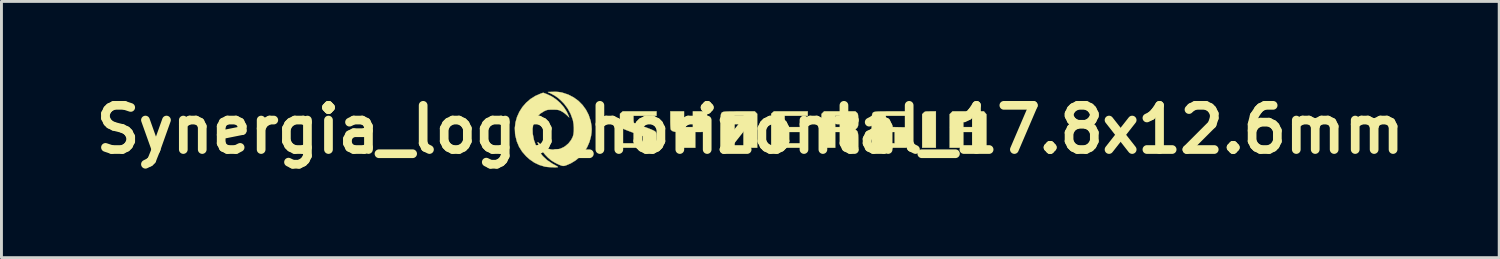
<source format=kicad_pcb>
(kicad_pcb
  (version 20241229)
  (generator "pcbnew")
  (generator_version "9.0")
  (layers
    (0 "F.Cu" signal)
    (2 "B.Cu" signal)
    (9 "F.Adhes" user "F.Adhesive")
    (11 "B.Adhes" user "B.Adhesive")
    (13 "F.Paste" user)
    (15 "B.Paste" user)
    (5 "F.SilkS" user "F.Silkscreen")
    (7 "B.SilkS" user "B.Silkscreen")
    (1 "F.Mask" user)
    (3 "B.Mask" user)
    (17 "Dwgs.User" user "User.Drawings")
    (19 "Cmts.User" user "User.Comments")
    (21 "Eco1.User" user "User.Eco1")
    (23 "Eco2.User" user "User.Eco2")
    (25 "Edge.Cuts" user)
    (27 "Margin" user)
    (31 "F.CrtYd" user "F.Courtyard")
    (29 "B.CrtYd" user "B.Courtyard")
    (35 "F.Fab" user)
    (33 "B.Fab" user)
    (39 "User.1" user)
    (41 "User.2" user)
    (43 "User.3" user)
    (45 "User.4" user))
  (footprint "Synergia_logo_horizontal_17.8x12.6mm"
    (layer "F.Cu")
    (at 22.831 1.418)
    (property "Reference" "Synergia_logo_horizontal_17.8x12.6mm" (at 0 0 0) (layer "F.SilkS") (effects (font (size 1.524 1.524) (thickness 0.3))))
    (attr through_hole)
    (fp_poly (pts (xy 6.401 0.627) (xy 5.927 0.627) (xy 5.927 -0.528) (xy 5.976 -0.577) (xy 5.999 -0.599) (xy 6.021 -0.613) (xy 6.049 -0.621) (xy 6.092 -0.625) (xy 6.155 -0.626) (xy 6.213 -0.627) (xy 6.401 -0.627) (xy 6.401 0.627)) (stroke (width 0.01) (type solid)) (fill yes) (layer "F.SilkS"))
    (fp_poly (pts (xy 1.981 -0.474) (xy 1.185 -0.474) (xy 1.185 -0.085) (xy 1.727 -0.085) (xy 1.727 0.085) (xy 1.185 0.085) (xy 1.185 0.474) (xy 1.981 0.474) (xy 1.981 0.627) (xy 0.815 0.627) (xy 0.767 0.586) (xy 0.72 0.545) (xy 0.72 -0.545) (xy 0.767 -0.586) (xy 0.815 -0.627) (xy 1.981 -0.627) (xy 1.981 -0.474)) (stroke (width 0.01) (type solid)) (fill yes) (layer "F.SilkS"))
    (fp_poly (pts (xy 8.101 -0.574) (xy 8.145 -0.522) (xy 8.145 0.627) (xy 7.671 0.627) (xy 7.671 0.085) (xy 7.349 0.085) (xy 7.349 0.627) (xy 6.875 0.627) (xy 6.875 -0.474) (xy 7.349 -0.474) (xy 7.349 -0.085) (xy 7.671 -0.085) (xy 7.671 -0.474) (xy 7.349 -0.474) (xy 6.875 -0.474) (xy 6.875 -0.528) (xy 6.924 -0.577) (xy 6.974 -0.627) (xy 8.057 -0.627) (xy 8.101 -0.574)) (stroke (width 0.01) (type solid)) (fill yes) (layer "F.SilkS"))
    (fp_poly (pts (xy -2.286 -0.085) (xy -1.981 -0.085) (xy -1.981 -0.627) (xy -1.488 -0.627) (xy -1.499 -0.014) (xy -1.554 0.035) (xy -1.583 0.06) (xy -1.612 0.074) (xy -1.648 0.082) (xy -1.703 0.084) (xy -1.753 0.085) (xy -1.897 0.085) (xy -1.897 0.627) (xy -2.371 0.627) (xy -2.371 0.085) (xy -2.499 0.085) (xy -2.604 0.078) (xy -2.681 0.056) (xy -2.73 0.019) (xy -2.743 0.001) (xy -2.749 -0.027) (xy -2.754 -0.084) (xy -2.758 -0.164) (xy -2.76 -0.261) (xy -2.76 -0.329) (xy -2.76 -0.627) (xy -2.286 -0.627) (xy -2.286 -0.085)) (stroke (width 0.01) (type solid)) (fill yes) (layer "F.SilkS"))
    (fp_poly (pts (xy 0.196 -0.585) (xy 0.237 -0.543) (xy 0.237 0.627) (xy -0.237 0.627) (xy -0.237 -0.474) (xy -0.542 -0.474) (xy -0.542 0.627) (xy -1.033 0.627) (xy -1.033 0.089) (xy -1.032 -0.061) (xy -1.031 -0.197) (xy -1.028 -0.313) (xy -1.025 -0.406) (xy -1.02 -0.473) (xy -1.016 -0.51) (xy -1.015 -0.512) (xy -1.006 -0.542) (xy -0.996 -0.566) (xy -0.981 -0.586) (xy -0.957 -0.6) (xy -0.921 -0.611) (xy -0.87 -0.618) (xy -0.8 -0.623) (xy -0.708 -0.625) (xy -0.59 -0.626) (xy -0.443 -0.627) (xy -0.385 -0.627) (xy 0.154 -0.627) (xy 0.196 -0.585)) (stroke (width 0.01) (type solid)) (fill yes) (layer "F.SilkS"))
    (fp_poly (pts (xy 3.669 -0.586) (xy 3.69 -0.566) (xy 3.704 -0.546) (xy 3.713 -0.517) (xy 3.718 -0.474) (xy 3.721 -0.407) (xy 3.723 -0.356) (xy 3.725 -0.255) (xy 3.723 -0.182) (xy 3.716 -0.129) (xy 3.703 -0.091) (xy 3.682 -0.061) (xy 3.661 -0.04) (xy 3.633 -0.011) (xy 3.628 0.006) (xy 3.644 0.019) (xy 3.645 0.019) (xy 3.675 0.042) (xy 3.696 0.074) (xy 3.711 0.123) (xy 3.72 0.191) (xy 3.724 0.284) (xy 3.725 0.38) (xy 3.725 0.627) (xy 3.234 0.627) (xy 3.234 0.085) (xy 2.929 0.085) (xy 2.929 0.627) (xy 2.455 0.627) (xy 2.455 -0.474) (xy 2.929 -0.474) (xy 2.929 -0.085) (xy 3.234 -0.085) (xy 3.234 -0.474) (xy 2.929 -0.474) (xy 2.455 -0.474) (xy 2.455 -0.537) (xy 2.5 -0.582) (xy 2.545 -0.627) (xy 3.622 -0.627) (xy 3.669 -0.586)) (stroke (width 0.01) (type solid)) (fill yes) (layer "F.SilkS"))
    (fp_poly (pts (xy -3.234 -0.474) (xy -4.03 -0.474) (xy -4.03 -0.357) (xy -4.028 -0.296) (xy -4.021 -0.25) (xy -4.013 -0.228) (xy -4.012 -0.228) (xy -3.992 -0.219) (xy -3.944 -0.201) (xy -3.875 -0.174) (xy -3.788 -0.142) (xy -3.689 -0.106) (xy -3.652 -0.092) (xy -3.525 -0.045) (xy -3.426 -0.006) (xy -3.354 0.026) (xy -3.305 0.051) (xy -3.276 0.072) (xy -3.272 0.076) (xy -3.256 0.098) (xy -3.245 0.123) (xy -3.239 0.157) (xy -3.235 0.209) (xy -3.234 0.284) (xy -3.234 0.321) (xy -3.235 0.408) (xy -3.237 0.467) (xy -3.242 0.507) (xy -3.251 0.535) (xy -3.265 0.559) (xy -3.278 0.574) (xy -3.322 0.627) (xy -4.504 0.627) (xy -4.504 0.474) (xy -3.708 0.474) (xy -3.708 0.227) (xy -4.059 0.101) (xy -4.164 0.062) (xy -4.261 0.025) (xy -4.344 -0.009) (xy -4.407 -0.037) (xy -4.446 -0.057) (xy -4.453 -0.062) (xy -4.47 -0.078) (xy -4.482 -0.096) (xy -4.49 -0.121) (xy -4.494 -0.161) (xy -4.495 -0.221) (xy -4.496 -0.308) (xy -4.496 -0.322) (xy -4.496 -0.545) (xy -4.448 -0.586) (xy -4.401 -0.627) (xy -3.234 -0.627) (xy -3.234 -0.474)) (stroke (width 0.01) (type solid)) (fill yes) (layer "F.SilkS"))
    (fp_poly (pts (xy 5.453 -0.474) (xy 4.674 -0.474) (xy 4.674 0.474) (xy 4.978 0.474) (xy 4.978 0.085) (xy 4.826 0.085) (xy 4.826 -0.087) (xy 5.371 -0.076) (xy 5.412 -0.029) (xy 5.427 -0.009) (xy 5.438 0.012) (xy 5.445 0.039) (xy 5.45 0.08) (xy 5.452 0.139) (xy 5.452 0.223) (xy 5.453 0.281) (xy 5.452 0.381) (xy 5.451 0.452) (xy 5.448 0.502) (xy 5.443 0.535) (xy 5.434 0.557) (xy 5.422 0.574) (xy 5.411 0.585) (xy 5.369 0.627) (xy 4.831 0.627) (xy 4.677 0.626) (xy 4.554 0.626) (xy 4.458 0.624) (xy 4.386 0.622) (xy 4.332 0.619) (xy 4.295 0.614) (xy 4.271 0.608) (xy 4.256 0.601) (xy 4.255 0.601) (xy 4.226 0.567) (xy 4.202 0.519) (xy 4.2 0.512) (xy 4.195 0.475) (xy 4.19 0.409) (xy 4.187 0.322) (xy 4.185 0.218) (xy 4.183 0.103) (xy 4.183 -0.017) (xy 4.184 -0.136) (xy 4.185 -0.248) (xy 4.188 -0.348) (xy 4.192 -0.43) (xy 4.196 -0.488) (xy 4.2 -0.512) (xy 4.209 -0.541) (xy 4.219 -0.565) (xy 4.233 -0.584) (xy 4.255 -0.599) (xy 4.289 -0.609) (xy 4.337 -0.617) (xy 4.403 -0.622) (xy 4.491 -0.625) (xy 4.603 -0.626) (xy 4.743 -0.627) (xy 4.872 -0.627) (xy 5.453 -0.627) (xy 5.453 -0.474)) (stroke (width 0.01) (type solid)) (fill yes) (layer "F.SilkS"))
    (fp_poly (pts (xy -7.025 -1.224) (xy -6.859 -1.147) (xy -6.702 -1.042) (xy -6.558 -0.916) (xy -6.434 -0.773) (xy -6.334 -0.618) (xy -6.282 -0.507) (xy -6.246 -0.416) (xy -6.34 -0.505) (xy -6.403 -0.558) (xy -6.474 -0.607) (xy -6.532 -0.64) (xy -6.579 -0.661) (xy -6.622 -0.674) (xy -6.671 -0.682) (xy -6.734 -0.685) (xy -6.816 -0.686) (xy -6.9 -0.685) (xy -6.96 -0.682) (xy -7.007 -0.675) (xy -7.048 -0.661) (xy -7.096 -0.64) (xy -7.113 -0.632) (xy -7.245 -0.549) (xy -7.353 -0.445) (xy -7.434 -0.321) (xy -7.487 -0.18) (xy -7.511 -0.025) (xy -7.506 0.143) (xy -7.505 0.15) (xy -7.463 0.365) (xy -7.39 0.565) (xy -7.289 0.748) (xy -7.161 0.913) (xy -7.007 1.057) (xy -6.827 1.178) (xy -6.766 1.211) (xy -6.706 1.244) (xy -6.661 1.271) (xy -6.636 1.289) (xy -6.634 1.294) (xy -6.657 1.3) (xy -6.706 1.303) (xy -6.773 1.303) (xy -6.85 1.301) (xy -6.93 1.297) (xy -7.004 1.291) (xy -7.066 1.283) (xy -7.089 1.279) (xy -7.278 1.222) (xy -7.453 1.139) (xy -7.616 1.026) (xy -7.731 0.923) (xy -7.869 0.766) (xy -7.976 0.596) (xy -8.054 0.411) (xy -8.104 0.208) (xy -8.114 0.143) (xy -8.123 -0.053) (xy -8.1 -0.246) (xy -8.047 -0.434) (xy -7.967 -0.611) (xy -7.862 -0.776) (xy -7.733 -0.924) (xy -7.584 -1.053) (xy -7.415 -1.159) (xy -7.235 -1.238) (xy -7.144 -1.269) (xy -7.025 -1.224)) (stroke (width 0.01) (type solid)) (fill yes) (layer "F.SilkS"))
    (fp_poly (pts (xy -6.602 -1.294) (xy -6.517 -1.28) (xy -6.479 -1.271) (xy -6.28 -1.205) (xy -6.096 -1.11) (xy -5.932 -0.991) (xy -5.789 -0.848) (xy -5.67 -0.685) (xy -5.576 -0.504) (xy -5.512 -0.308) (xy -5.501 -0.262) (xy -5.479 -0.13) (xy -5.471 -0.012) (xy -5.478 0.109) (xy -5.494 0.224) (xy -5.546 0.421) (xy -5.627 0.607) (xy -5.735 0.778) (xy -5.867 0.93) (xy -6.021 1.061) (xy -6.193 1.166) (xy -6.354 1.235) (xy -6.413 1.252) (xy -6.457 1.256) (xy -6.502 1.248) (xy -6.512 1.245) (xy -6.589 1.216) (xy -6.68 1.174) (xy -6.774 1.123) (xy -6.857 1.071) (xy -6.878 1.056) (xy -6.973 0.976) (xy -7.07 0.876) (xy -7.16 0.767) (xy -7.234 0.659) (xy -7.258 0.616) (xy -7.302 0.531) (xy -7.329 0.473) (xy -7.339 0.441) (xy -7.333 0.434) (xy -7.309 0.449) (xy -7.269 0.486) (xy -7.261 0.493) (xy -7.141 0.589) (xy -7.012 0.654) (xy -6.871 0.687) (xy -6.813 0.692) (xy -6.678 0.688) (xy -6.56 0.663) (xy -6.447 0.612) (xy -6.387 0.575) (xy -6.273 0.479) (xy -6.181 0.36) (xy -6.124 0.249) (xy -6.101 0.164) (xy -6.089 0.056) (xy -6.088 -0.065) (xy -6.097 -0.189) (xy -6.117 -0.306) (xy -6.127 -0.346) (xy -6.198 -0.54) (xy -6.297 -0.722) (xy -6.419 -0.885) (xy -6.447 -0.915) (xy -6.543 -1.012) (xy -6.631 -1.089) (xy -6.722 -1.154) (xy -6.826 -1.214) (xy -6.859 -1.231) (xy -6.985 -1.295) (xy -6.801 -1.3) (xy -6.691 -1.301) (xy -6.602 -1.294)) (stroke (width 0.01) (type solid)) (fill yes) (layer "F.SilkS")))
  (gr_rect
    (start -3 -3)
    (end 48.662 5.836)
    (stroke (width 0.1) (type default))
    (fill no)
    (layer "Edge.Cuts")))
</source>
